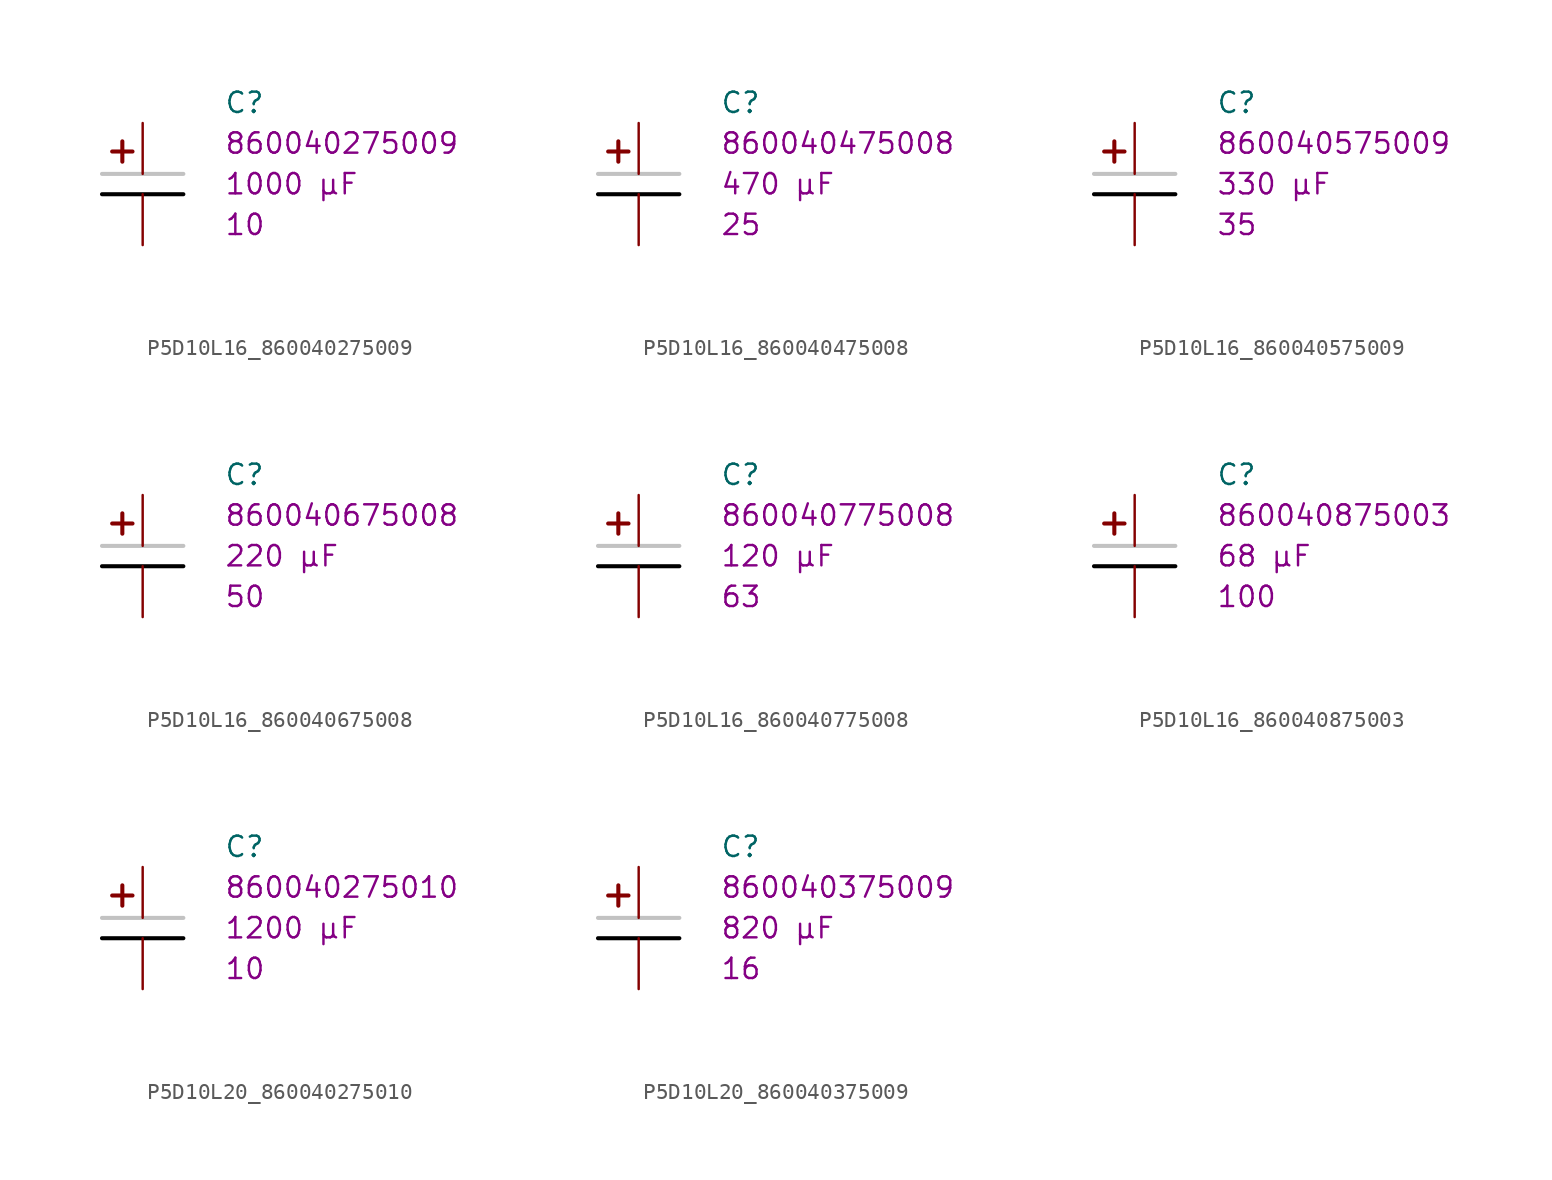
<source format=kicad_sym>
(kicad_symbol_lib
  (version 20220914)
  (generator kicad_symbol_editor)
  (symbol "P5D10L16_860040275009"
    (pin_numbers hide)
    (pin_names hide)
    (property "Reference" "C"
      (at 5.08 5.08 0)
      (effects (font (size 1.27 1.27)) (justify left)))
    (property "Part Number" "860040275009"
      (at 5.08 2.54 0)
      (effects (font (size 1.27 1.27)) (justify left)))
    (property "Capacitance" "1000 µF"
      (at 5.08 0 0)
      (effects (font (size 1.27 1.27)) (justify left)))
    (property "Voltage" "10"
      (at 5.08 -2.54 0)
      (effects (font (size 1.27 1.27)) (justify left)))
    (property "Critical Parameter" ""
      (at 0 -7.62 0)
      (effects (font (size 1.27 1.27)) (justify left)))
    (symbol "P5D10L16_860040275009_1_1"
      (polyline (pts (xy -1.27 2.667) (xy -1.27 1.397)) (stroke (width 0.254) (type default)) (fill (type none)))
      (polyline (pts (xy -0.635 2.032) (xy -1.905 2.032)) (stroke (width 0.254) (type default)) (fill (type none)))
      (polyline (pts (xy 2.54 -0.635) (xy -2.54 -0.635)) (stroke (width 0.254) (type default) (color 0 0 0 1)) (fill (type none)))
      (polyline (pts (xy 2.54 0.635) (xy -2.54 0.635)) (stroke (width 0.254) (type default) (color 194 194 194 1)) (fill (type none)))
      (pin passive line (at 0 3.81 270) (length 3.175) (name "1" (effects (font (size 1.27 1.27)))) (number "1" (effects (font (size 1.27 1.27)))))
      (pin passive line (at 0 -3.81 90) (length 3.175) (name "2" (effects (font (size 1.27 1.27)))) (number "2" (effects (font (size 1.27 1.27)))))))
  (symbol "P5D10L16_860040475008"
    (pin_numbers hide)
    (pin_names hide)
    (property "Reference" "C"
      (at 5.08 5.08 0)
      (effects (font (size 1.27 1.27)) (justify left)))
    (property "Part Number" "860040475008"
      (at 5.08 2.54 0)
      (effects (font (size 1.27 1.27)) (justify left)))
    (property "Capacitance" "470 µF"
      (at 5.08 0 0)
      (effects (font (size 1.27 1.27)) (justify left)))
    (property "Voltage" "25"
      (at 5.08 -2.54 0)
      (effects (font (size 1.27 1.27)) (justify left)))
    (property "Critical Parameter" ""
      (at 0 -7.62 0)
      (effects (font (size 1.27 1.27)) (justify left)))
    (symbol "P5D10L16_860040475008_1_1"
      (polyline (pts (xy -1.27 2.667) (xy -1.27 1.397)) (stroke (width 0.254) (type default)) (fill (type none)))
      (polyline (pts (xy -0.635 2.032) (xy -1.905 2.032)) (stroke (width 0.254) (type default)) (fill (type none)))
      (polyline (pts (xy 2.54 -0.635) (xy -2.54 -0.635)) (stroke (width 0.254) (type default) (color 0 0 0 1)) (fill (type none)))
      (polyline (pts (xy 2.54 0.635) (xy -2.54 0.635)) (stroke (width 0.254) (type default) (color 194 194 194 1)) (fill (type none)))
      (pin passive line (at 0 3.81 270) (length 3.175) (name "1" (effects (font (size 1.27 1.27)))) (number "1" (effects (font (size 1.27 1.27)))))
      (pin passive line (at 0 -3.81 90) (length 3.175) (name "2" (effects (font (size 1.27 1.27)))) (number "2" (effects (font (size 1.27 1.27)))))))
  (symbol "P5D10L16_860040575009"
    (pin_numbers hide)
    (pin_names hide)
    (property "Reference" "C"
      (at 5.08 5.08 0)
      (effects (font (size 1.27 1.27)) (justify left)))
    (property "Part Number" "860040575009"
      (at 5.08 2.54 0)
      (effects (font (size 1.27 1.27)) (justify left)))
    (property "Capacitance" "330 µF"
      (at 5.08 0 0)
      (effects (font (size 1.27 1.27)) (justify left)))
    (property "Voltage" "35"
      (at 5.08 -2.54 0)
      (effects (font (size 1.27 1.27)) (justify left)))
    (property "Critical Parameter" ""
      (at 0 -7.62 0)
      (effects (font (size 1.27 1.27)) (justify left)))
    (symbol "P5D10L16_860040575009_1_1"
      (polyline (pts (xy -1.27 2.667) (xy -1.27 1.397)) (stroke (width 0.254) (type default)) (fill (type none)))
      (polyline (pts (xy -0.635 2.032) (xy -1.905 2.032)) (stroke (width 0.254) (type default)) (fill (type none)))
      (polyline (pts (xy 2.54 -0.635) (xy -2.54 -0.635)) (stroke (width 0.254) (type default) (color 0 0 0 1)) (fill (type none)))
      (polyline (pts (xy 2.54 0.635) (xy -2.54 0.635)) (stroke (width 0.254) (type default) (color 194 194 194 1)) (fill (type none)))
      (pin passive line (at 0 3.81 270) (length 3.175) (name "1" (effects (font (size 1.27 1.27)))) (number "1" (effects (font (size 1.27 1.27)))))
      (pin passive line (at 0 -3.81 90) (length 3.175) (name "2" (effects (font (size 1.27 1.27)))) (number "2" (effects (font (size 1.27 1.27)))))))
  (symbol "P5D10L16_860040675008"
    (pin_numbers hide)
    (pin_names hide)
    (property "Reference" "C"
      (at 5.08 5.08 0)
      (effects (font (size 1.27 1.27)) (justify left)))
    (property "Part Number" "860040675008"
      (at 5.08 2.54 0)
      (effects (font (size 1.27 1.27)) (justify left)))
    (property "Capacitance" "220 µF"
      (at 5.08 0 0)
      (effects (font (size 1.27 1.27)) (justify left)))
    (property "Voltage" "50"
      (at 5.08 -2.54 0)
      (effects (font (size 1.27 1.27)) (justify left)))
    (property "Critical Parameter" ""
      (at 0 -7.62 0)
      (effects (font (size 1.27 1.27)) (justify left)))
    (symbol "P5D10L16_860040675008_1_1"
      (polyline (pts (xy -1.27 2.667) (xy -1.27 1.397)) (stroke (width 0.254) (type default)) (fill (type none)))
      (polyline (pts (xy -0.635 2.032) (xy -1.905 2.032)) (stroke (width 0.254) (type default)) (fill (type none)))
      (polyline (pts (xy 2.54 -0.635) (xy -2.54 -0.635)) (stroke (width 0.254) (type default) (color 0 0 0 1)) (fill (type none)))
      (polyline (pts (xy 2.54 0.635) (xy -2.54 0.635)) (stroke (width 0.254) (type default) (color 194 194 194 1)) (fill (type none)))
      (pin passive line (at 0 3.81 270) (length 3.175) (name "1" (effects (font (size 1.27 1.27)))) (number "1" (effects (font (size 1.27 1.27)))))
      (pin passive line (at 0 -3.81 90) (length 3.175) (name "2" (effects (font (size 1.27 1.27)))) (number "2" (effects (font (size 1.27 1.27)))))))
  (symbol "P5D10L16_860040775008"
    (pin_numbers hide)
    (pin_names hide)
    (property "Reference" "C"
      (at 5.08 5.08 0)
      (effects (font (size 1.27 1.27)) (justify left)))
    (property "Part Number" "860040775008"
      (at 5.08 2.54 0)
      (effects (font (size 1.27 1.27)) (justify left)))
    (property "Capacitance" "120 µF"
      (at 5.08 0 0)
      (effects (font (size 1.27 1.27)) (justify left)))
    (property "Voltage" "63"
      (at 5.08 -2.54 0)
      (effects (font (size 1.27 1.27)) (justify left)))
    (property "Critical Parameter" ""
      (at 0 -7.62 0)
      (effects (font (size 1.27 1.27)) (justify left)))
    (symbol "P5D10L16_860040775008_1_1"
      (polyline (pts (xy -1.27 2.667) (xy -1.27 1.397)) (stroke (width 0.254) (type default)) (fill (type none)))
      (polyline (pts (xy -0.635 2.032) (xy -1.905 2.032)) (stroke (width 0.254) (type default)) (fill (type none)))
      (polyline (pts (xy 2.54 -0.635) (xy -2.54 -0.635)) (stroke (width 0.254) (type default) (color 0 0 0 1)) (fill (type none)))
      (polyline (pts (xy 2.54 0.635) (xy -2.54 0.635)) (stroke (width 0.254) (type default) (color 194 194 194 1)) (fill (type none)))
      (pin passive line (at 0 3.81 270) (length 3.175) (name "1" (effects (font (size 1.27 1.27)))) (number "1" (effects (font (size 1.27 1.27)))))
      (pin passive line (at 0 -3.81 90) (length 3.175) (name "2" (effects (font (size 1.27 1.27)))) (number "2" (effects (font (size 1.27 1.27)))))))
  (symbol "P5D10L16_860040875003"
    (pin_numbers hide)
    (pin_names hide)
    (property "Reference" "C"
      (at 5.08 5.08 0)
      (effects (font (size 1.27 1.27)) (justify left)))
    (property "Part Number" "860040875003"
      (at 5.08 2.54 0)
      (effects (font (size 1.27 1.27)) (justify left)))
    (property "Capacitance" "68 µF"
      (at 5.08 0 0)
      (effects (font (size 1.27 1.27)) (justify left)))
    (property "Voltage" "100"
      (at 5.08 -2.54 0)
      (effects (font (size 1.27 1.27)) (justify left)))
    (property "Critical Parameter" ""
      (at 0 -7.62 0)
      (effects (font (size 1.27 1.27)) (justify left)))
    (symbol "P5D10L16_860040875003_1_1"
      (polyline (pts (xy -1.27 2.667) (xy -1.27 1.397)) (stroke (width 0.254) (type default)) (fill (type none)))
      (polyline (pts (xy -0.635 2.032) (xy -1.905 2.032)) (stroke (width 0.254) (type default)) (fill (type none)))
      (polyline (pts (xy 2.54 -0.635) (xy -2.54 -0.635)) (stroke (width 0.254) (type default) (color 0 0 0 1)) (fill (type none)))
      (polyline (pts (xy 2.54 0.635) (xy -2.54 0.635)) (stroke (width 0.254) (type default) (color 194 194 194 1)) (fill (type none)))
      (pin passive line (at 0 3.81 270) (length 3.175) (name "1" (effects (font (size 1.27 1.27)))) (number "1" (effects (font (size 1.27 1.27)))))
      (pin passive line (at 0 -3.81 90) (length 3.175) (name "2" (effects (font (size 1.27 1.27)))) (number "2" (effects (font (size 1.27 1.27)))))))
  (symbol "P5D10L20_860040275010"
    (pin_numbers hide)
    (pin_names hide)
    (property "Reference" "C"
      (at 5.08 5.08 0)
      (effects (font (size 1.27 1.27)) (justify left)))
    (property "Part Number" "860040275010"
      (at 5.08 2.54 0)
      (effects (font (size 1.27 1.27)) (justify left)))
    (property "Capacitance" "1200 µF"
      (at 5.08 0 0)
      (effects (font (size 1.27 1.27)) (justify left)))
    (property "Voltage" "10"
      (at 5.08 -2.54 0)
      (effects (font (size 1.27 1.27)) (justify left)))
    (property "Critical Parameter" ""
      (at 0 -7.62 0)
      (effects (font (size 1.27 1.27)) (justify left)))
    (symbol "P5D10L20_860040275010_1_1"
      (polyline (pts (xy -1.27 2.667) (xy -1.27 1.397)) (stroke (width 0.254) (type default)) (fill (type none)))
      (polyline (pts (xy -0.635 2.032) (xy -1.905 2.032)) (stroke (width 0.254) (type default)) (fill (type none)))
      (polyline (pts (xy 2.54 -0.635) (xy -2.54 -0.635)) (stroke (width 0.254) (type default) (color 0 0 0 1)) (fill (type none)))
      (polyline (pts (xy 2.54 0.635) (xy -2.54 0.635)) (stroke (width 0.254) (type default) (color 194 194 194 1)) (fill (type none)))
      (pin passive line (at 0 3.81 270) (length 3.175) (name "1" (effects (font (size 1.27 1.27)))) (number "1" (effects (font (size 1.27 1.27)))))
      (pin passive line (at 0 -3.81 90) (length 3.175) (name "2" (effects (font (size 1.27 1.27)))) (number "2" (effects (font (size 1.27 1.27)))))))
  (symbol "P5D10L20_860040375009"
    (pin_numbers hide)
    (pin_names hide)
    (property "Reference" "C"
      (at 5.08 5.08 0)
      (effects (font (size 1.27 1.27)) (justify left)))
    (property "Part Number" "860040375009"
      (at 5.08 2.54 0)
      (effects (font (size 1.27 1.27)) (justify left)))
    (property "Capacitance" "820 µF"
      (at 5.08 0 0)
      (effects (font (size 1.27 1.27)) (justify left)))
    (property "Voltage" "16"
      (at 5.08 -2.54 0)
      (effects (font (size 1.27 1.27)) (justify left)))
    (property "Critical Parameter" ""
      (at 0 -7.62 0)
      (effects (font (size 1.27 1.27)) (justify left)))
    (symbol "P5D10L20_860040375009_1_1"
      (polyline (pts (xy -1.27 2.667) (xy -1.27 1.397)) (stroke (width 0.254) (type default)) (fill (type none)))
      (polyline (pts (xy -0.635 2.032) (xy -1.905 2.032)) (stroke (width 0.254) (type default)) (fill (type none)))
      (polyline (pts (xy 2.54 -0.635) (xy -2.54 -0.635)) (stroke (width 0.254) (type default) (color 0 0 0 1)) (fill (type none)))
      (polyline (pts (xy 2.54 0.635) (xy -2.54 0.635)) (stroke (width 0.254) (type default) (color 194 194 194 1)) (fill (type none)))
      (pin passive line (at 0 3.81 270) (length 3.175) (name "1" (effects (font (size 1.27 1.27)))) (number "1" (effects (font (size 1.27 1.27)))))
      (pin passive line (at 0 -3.81 90) (length 3.175) (name "2" (effects (font (size 1.27 1.27)))) (number "2" (effects (font (size 1.27 1.27))))))))
</source>
